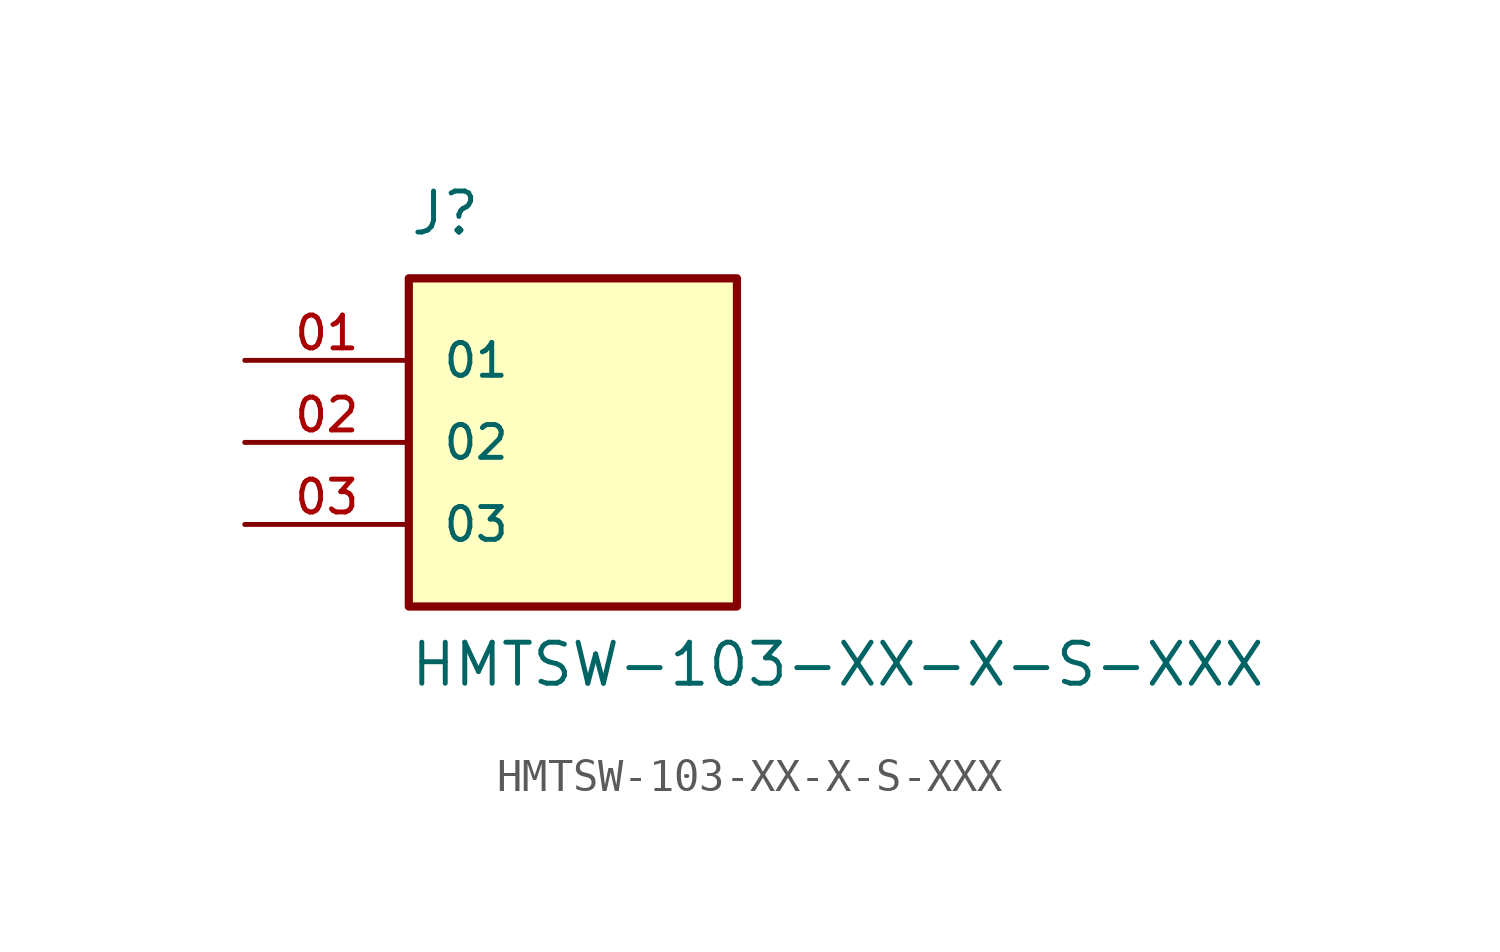
<source format=kicad_sym>
(kicad_symbol_lib
  (version 20231120)
  (generator "kicad_symbol_editor")
  (generator_version "8.0")
  (symbol "HMTSW-103-XX-X-S-XXX"
    (pin_names
      (offset 1.016))
    (property "Reference" "J"
      (at -5.08 6.35 0)
      (effects (font (size 1.27 1.27)) (justify left bottom)))
    (property "Value" "HMTSW-103-XX-X-S-XXX"
      (at -5.08 -7.62 0)
      (effects (font (size 1.27 1.27)) (justify left bottom)))
    (symbol "HMTSW-103-XX-X-S-XXX_0_0"
      (rectangle (start -5.08 -5.08) (end 5.08 5.08) (stroke (width 0.254) (type default)) (fill (type background)))
      (pin passive line (at -10.16 2.54 0) (length 5.08) (name "01" (effects (font (size 1.016 1.016)))) (number "01" (effects (font (size 1.016 1.016)))))
      (pin passive line (at -10.16 0 0) (length 5.08) (name "02" (effects (font (size 1.016 1.016)))) (number "02" (effects (font (size 1.016 1.016)))))
      (pin passive line (at -10.16 -2.54 0) (length 5.08) (name "03" (effects (font (size 1.016 1.016)))) (number "03" (effects (font (size 1.016 1.016))))))))
</source>
